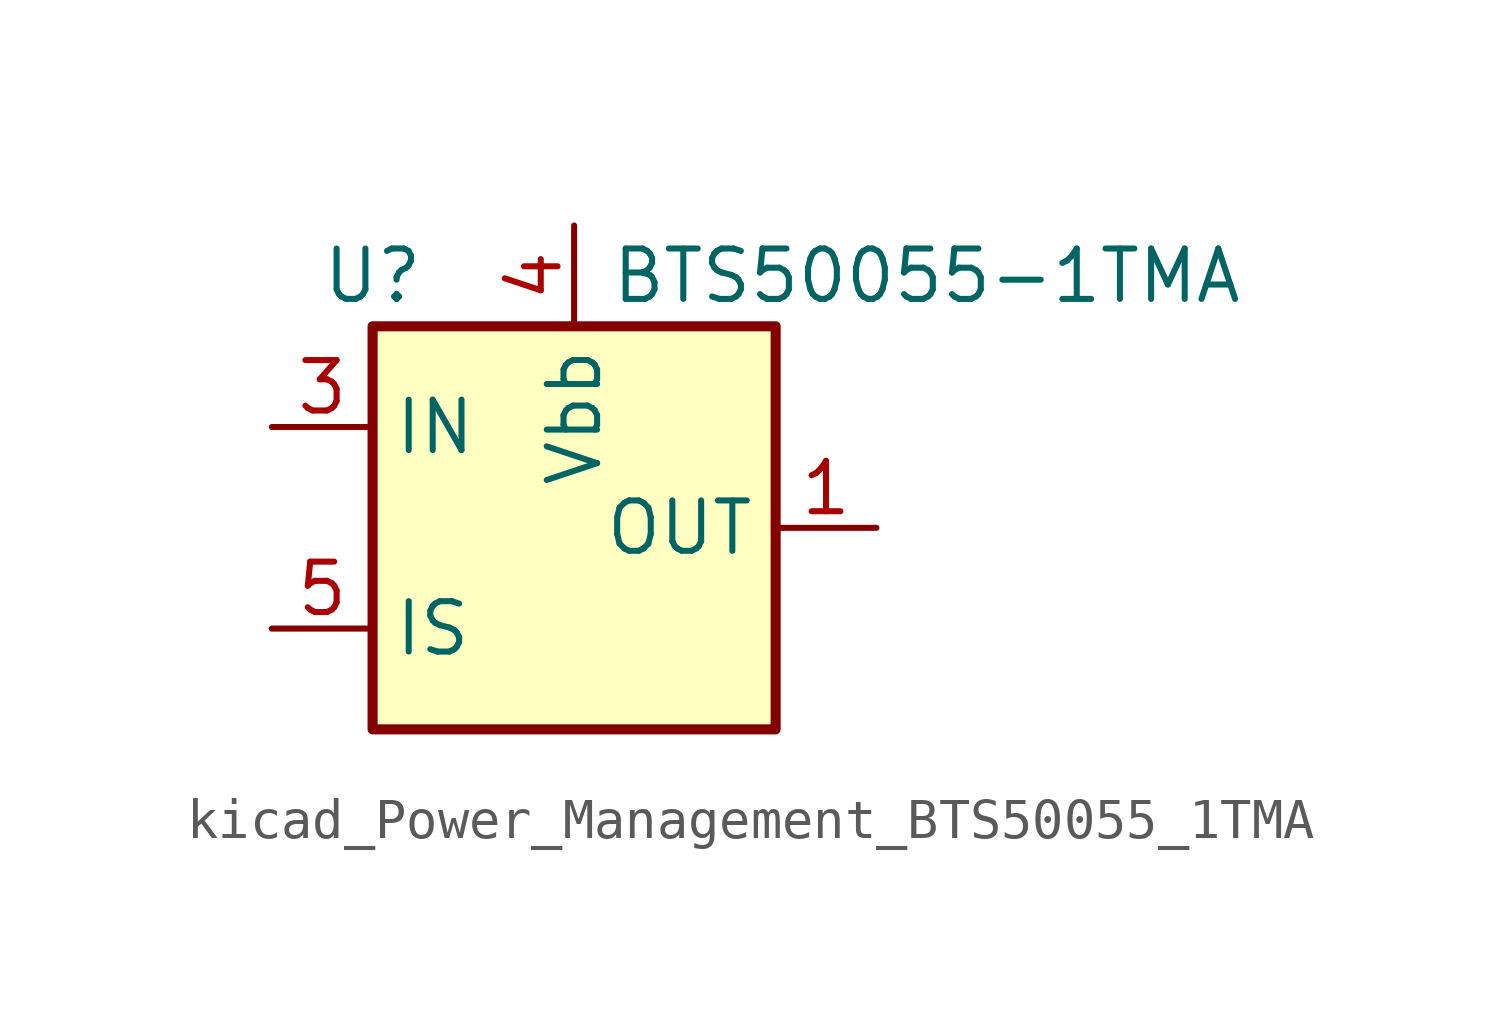
<source format=kicad_sym>
(kicad_symbol_lib
  (version 20220914)
  (generator kicad_symbol_editor)
  (symbol "kicad_Power_Management_BTS50055_1TMA"
    (property "Reference" "U"
      (at -5.08 6.35 0)
      (effects (font (size 1.27 1.27))))
    (property "Value" "BTS50055-1TMA"
      (at 8.89 6.35 0)
      (effects (font (size 1.27 1.27))))
    (symbol "kicad_Power_Management_BTS50055_1TMA_0_1"
      (rectangle (start -5.08 5.08) (end 5.08 -5.08) (stroke (width 0.254) (type default)) (fill (type background))))
    (symbol "kicad_Power_Management_BTS50055_1TMA_1_1"
      (pin power_out line (at 7.62 0 180) (length 2.54) (name "OUT" (effects (font (size 1.27 1.27)))) (number "1" (effects (font (size 1.27 1.27)))))
      (pin passive line (at 7.62 0 180) (length 2.54) hide (name "OUT" (effects (font (size 1.27 1.27)))) (number "2" (effects (font (size 1.27 1.27)))))
      (pin input line (at -7.62 2.54 0) (length 2.54) (name "IN" (effects (font (size 1.27 1.27)))) (number "3" (effects (font (size 1.27 1.27)))))
      (pin power_in line (at 0 7.62 270) (length 2.54) (name "Vbb" (effects (font (size 1.27 1.27)))) (number "4" (effects (font (size 1.27 1.27)))))
      (pin output line (at -7.62 -2.54 0) (length 2.54) (name "IS" (effects (font (size 1.27 1.27)))) (number "5" (effects (font (size 1.27 1.27)))))
      (pin passive line (at 7.62 0 180) (length 2.54) hide (name "OUT" (effects (font (size 1.27 1.27)))) (number "6" (effects (font (size 1.27 1.27)))))
      (pin passive line (at 7.62 0 180) (length 2.54) hide (name "OUT" (effects (font (size 1.27 1.27)))) (number "7" (effects (font (size 1.27 1.27))))))))
</source>
